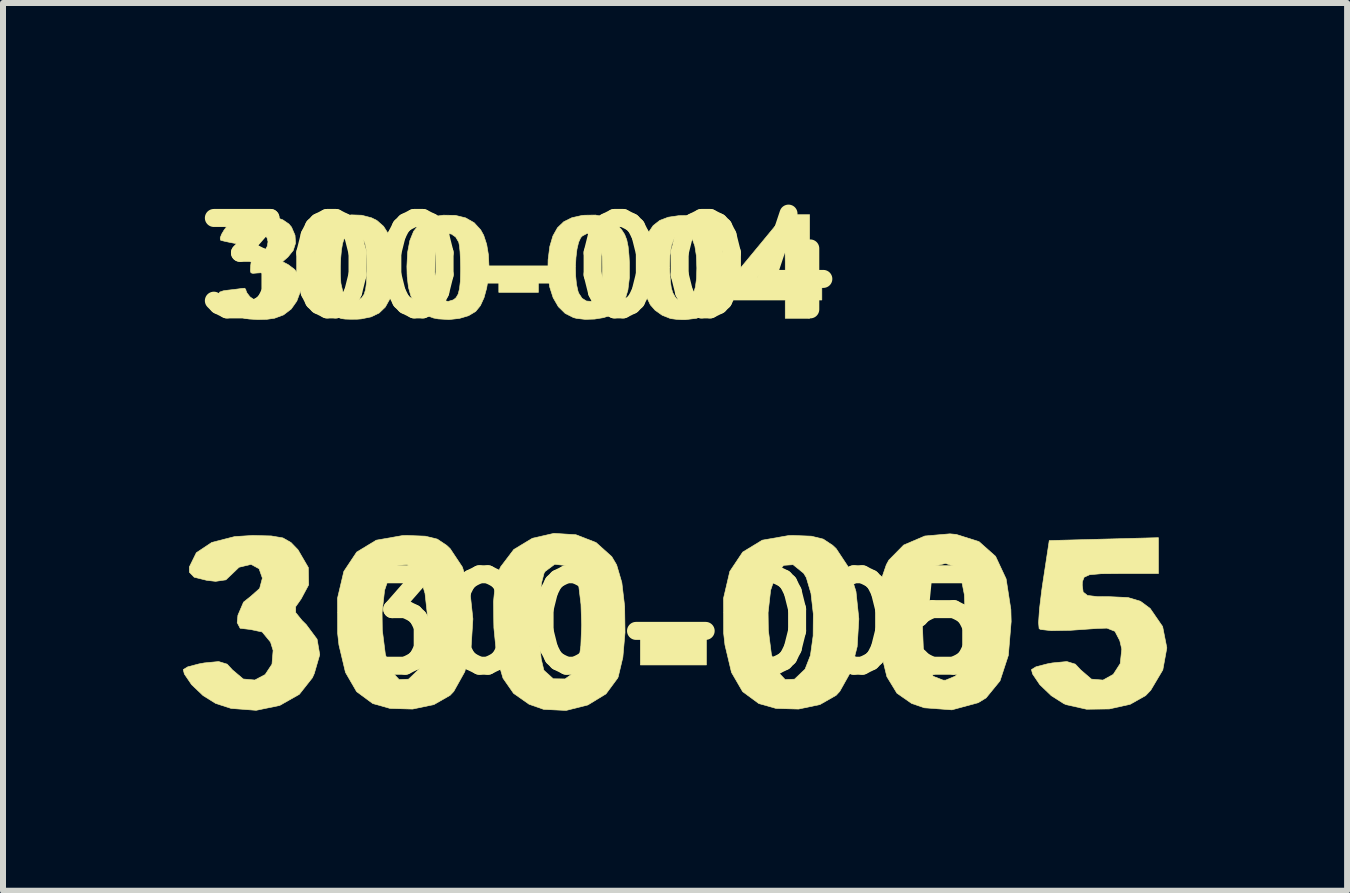
<source format=kicad_pcb>
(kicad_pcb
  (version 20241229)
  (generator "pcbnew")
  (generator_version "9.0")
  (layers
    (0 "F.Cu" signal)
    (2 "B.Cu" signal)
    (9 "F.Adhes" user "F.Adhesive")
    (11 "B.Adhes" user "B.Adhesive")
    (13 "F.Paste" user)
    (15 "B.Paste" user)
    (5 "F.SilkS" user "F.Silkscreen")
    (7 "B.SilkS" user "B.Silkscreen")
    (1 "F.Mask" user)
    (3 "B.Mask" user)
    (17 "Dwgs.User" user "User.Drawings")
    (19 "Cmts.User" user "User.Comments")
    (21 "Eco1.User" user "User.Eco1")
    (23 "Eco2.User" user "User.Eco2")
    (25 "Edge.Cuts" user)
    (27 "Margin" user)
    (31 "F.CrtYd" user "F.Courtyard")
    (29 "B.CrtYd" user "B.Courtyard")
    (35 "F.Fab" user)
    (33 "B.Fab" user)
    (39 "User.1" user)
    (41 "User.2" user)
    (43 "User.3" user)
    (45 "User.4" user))
  (footprint "300-004"
    (layer "F.Cu")
    (at 5.595 1.418)
    (property "Reference" "300-004" (at 0 0 0) (layer "F.SilkS") (effects (font (size 1.524 1.524) (thickness 0.3))))
    (attr through_hole)
    (fp_poly (pts (xy 0.33 0.406) (xy -0.33 0.406) (xy -0.33 0.025) (xy 0.33 0.025) (xy 0.33 0.406)) (stroke (width 0.01) (type solid)) (fill yes) (layer "F.SilkS"))
    (fp_poly (pts (xy 4.851 0.152) (xy 5.055 0.152) (xy 5.055 0.533) (xy 4.851 0.533) (xy 4.851 0.838) (xy 4.445 0.838) (xy 4.445 0.533) (xy 3.581 0.533) (xy 3.582 0.337) (xy 3.583 0.152) (xy 3.986 0.152) (xy 4.445 0.152) (xy 4.445 -0.104) (xy 4.443 -0.21) (xy 4.438 -0.293) (xy 4.43 -0.342) (xy 4.423 -0.351) (xy 4.399 -0.33) (xy 4.35 -0.276) (xy 4.282 -0.2) (xy 4.203 -0.107) (xy 4.193 -0.095) (xy 3.986 0.152) (xy 3.583 0.152) (xy 3.583 0.14) (xy 4.008 -0.374) (xy 4.432 -0.888) (xy 4.851 -0.889) (xy 4.851 0.152)) (stroke (width 0.01) (type solid)) (fill yes) (layer "F.SilkS"))
    (fp_poly (pts (xy 1.435 -0.853) (xy 1.565 -0.787) (xy 1.65 -0.714) (xy 1.718 -0.637) (xy 1.768 -0.56) (xy 1.803 -0.47) (xy 1.826 -0.357) (xy 1.84 -0.212) (xy 1.847 -0.088) (xy 1.847 0.161) (xy 1.822 0.367) (xy 1.772 0.533) (xy 1.696 0.662) (xy 1.593 0.756) (xy 1.538 0.787) (xy 1.416 0.827) (xy 1.267 0.851) (xy 1.111 0.856) (xy 0.969 0.84) (xy 0.914 0.826) (xy 0.776 0.756) (xy 0.662 0.644) (xy 0.576 0.495) (xy 0.517 0.312) (xy 0.489 0.099) (xy 0.49 -0.022) (xy 0.948 -0.022) (xy 0.951 0.131) (xy 0.965 0.272) (xy 0.99 0.387) (xy 1.003 0.421) (xy 1.057 0.504) (xy 1.13 0.55) (xy 1.21 0.556) (xy 1.286 0.517) (xy 1.294 0.51) (xy 1.337 0.448) (xy 1.368 0.359) (xy 1.387 0.237) (xy 1.396 0.075) (xy 1.397 -0.013) (xy 1.392 -0.194) (xy 1.378 -0.333) (xy 1.353 -0.435) (xy 1.316 -0.509) (xy 1.292 -0.537) (xy 1.221 -0.576) (xy 1.139 -0.575) (xy 1.063 -0.535) (xy 1.036 -0.507) (xy 1 -0.429) (xy 0.973 -0.314) (xy 0.956 -0.174) (xy 0.948 -0.022) (xy 0.49 -0.022) (xy 0.492 -0.139) (xy 0.52 -0.359) (xy 0.572 -0.535) (xy 0.648 -0.671) (xy 0.752 -0.771) (xy 0.887 -0.838) (xy 1.055 -0.876) (xy 1.098 -0.88) (xy 1.282 -0.883) (xy 1.435 -0.853)) (stroke (width 0.01) (type solid)) (fill yes) (layer "F.SilkS"))
    (fp_poly (pts (xy 2.892 -0.871) (xy 2.981 -0.859) (xy 3.053 -0.836) (xy 3.091 -0.818) (xy 3.208 -0.737) (xy 3.297 -0.629) (xy 3.361 -0.487) (xy 3.402 -0.308) (xy 3.422 -0.109) (xy 3.422 0.148) (xy 3.393 0.364) (xy 3.333 0.541) (xy 3.242 0.678) (xy 3.119 0.777) (xy 2.965 0.838) (xy 2.778 0.861) (xy 2.723 0.861) (xy 2.63 0.855) (xy 2.545 0.844) (xy 2.524 0.839) (xy 2.395 0.788) (xy 2.276 0.704) (xy 2.196 0.613) (xy 2.134 0.483) (xy 2.09 0.318) (xy 2.065 0.131) (xy 2.06 -0.006) (xy 2.518 -0.006) (xy 2.521 0.078) (xy 2.531 0.225) (xy 2.546 0.333) (xy 2.571 0.414) (xy 2.608 0.479) (xy 2.636 0.514) (xy 2.699 0.552) (xy 2.777 0.552) (xy 2.849 0.515) (xy 2.863 0.502) (xy 2.913 0.425) (xy 2.947 0.318) (xy 2.966 0.174) (xy 2.971 0) (xy 2.963 -0.207) (xy 2.938 -0.367) (xy 2.896 -0.482) (xy 2.837 -0.554) (xy 2.76 -0.583) (xy 2.74 -0.584) (xy 2.657 -0.561) (xy 2.593 -0.491) (xy 2.548 -0.374) (xy 2.523 -0.213) (xy 2.518 -0.006) (xy 2.06 -0.006) (xy 2.058 -0.065) (xy 2.072 -0.258) (xy 2.105 -0.435) (xy 2.159 -0.583) (xy 2.161 -0.587) (xy 2.243 -0.707) (xy 2.352 -0.793) (xy 2.494 -0.847) (xy 2.672 -0.873) (xy 2.769 -0.875) (xy 2.892 -0.871)) (stroke (width 0.01) (type solid)) (fill yes) (layer "F.SilkS"))
    (fp_poly (pts (xy -1.055 -0.878) (xy -0.883 -0.836) (xy -0.741 -0.755) (xy -0.632 -0.636) (xy -0.582 -0.546) (xy -0.532 -0.394) (xy -0.503 -0.22) (xy -0.494 -0.034) (xy -0.504 0.153) (xy -0.532 0.333) (xy -0.576 0.494) (xy -0.637 0.627) (xy -0.713 0.721) (xy -0.716 0.724) (xy -0.835 0.795) (xy -0.987 0.84) (xy -1.16 0.859) (xy -1.341 0.848) (xy -1.419 0.833) (xy -1.514 0.798) (xy -1.609 0.728) (xy -1.649 0.69) (xy -1.735 0.586) (xy -1.796 0.466) (xy -1.836 0.322) (xy -1.857 0.144) (xy -1.859 0.089) (xy -1.395 0.089) (xy -1.39 0.227) (xy -1.38 0.326) (xy -1.373 0.362) (xy -1.323 0.471) (xy -1.256 0.537) (xy -1.175 0.557) (xy -1.088 0.531) (xy -1.042 0.494) (xy -1.007 0.434) (xy -0.985 0.345) (xy -0.971 0.221) (xy -0.967 0.055) (xy -0.967 -0.006) (xy -0.97 -0.146) (xy -0.976 -0.272) (xy -0.986 -0.371) (xy -0.998 -0.431) (xy -1.049 -0.517) (xy -1.121 -0.567) (xy -1.203 -0.578) (xy -1.282 -0.549) (xy -1.34 -0.49) (xy -1.359 -0.45) (xy -1.373 -0.394) (xy -1.383 -0.312) (xy -1.39 -0.195) (xy -1.393 -0.079) (xy -1.395 0.089) (xy -1.859 0.089) (xy -1.862 -0.026) (xy -1.85 -0.263) (xy -1.813 -0.457) (xy -1.75 -0.612) (xy -1.658 -0.729) (xy -1.536 -0.812) (xy -1.381 -0.863) (xy -1.254 -0.881) (xy -1.055 -0.878)) (stroke (width 0.01) (type solid)) (fill yes) (layer "F.SilkS"))
    (fp_poly (pts (xy -2.616 -0.88) (xy -2.454 -0.838) (xy -2.364 -0.794) (xy -2.251 -0.695) (xy -2.163 -0.556) (xy -2.101 -0.381) (xy -2.067 -0.176) (xy -2.063 0.056) (xy -2.067 0.116) (xy -2.096 0.337) (xy -2.146 0.514) (xy -2.222 0.651) (xy -2.325 0.75) (xy -2.458 0.814) (xy -2.624 0.848) (xy -2.69 0.853) (xy -2.796 0.854) (xy -2.891 0.851) (xy -2.957 0.842) (xy -2.959 0.841) (xy -3.11 0.783) (xy -3.227 0.694) (xy -3.321 0.567) (xy -3.358 0.495) (xy -3.381 0.439) (xy -3.397 0.384) (xy -3.408 0.319) (xy -3.413 0.233) (xy -3.416 0.114) (xy -3.416 0) (xy -3.416 -0.027) (xy -2.971 -0.027) (xy -2.971 0.116) (xy -2.963 0.245) (xy -2.96 0.267) (xy -2.93 0.394) (xy -2.878 0.487) (xy -2.809 0.542) (xy -2.729 0.554) (xy -2.666 0.533) (xy -2.614 0.495) (xy -2.576 0.439) (xy -2.551 0.358) (xy -2.536 0.246) (xy -2.53 0.093) (xy -2.529 0) (xy -2.531 -0.157) (xy -2.537 -0.273) (xy -2.548 -0.358) (xy -2.564 -0.42) (xy -2.572 -0.438) (xy -2.63 -0.525) (xy -2.704 -0.572) (xy -2.785 -0.578) (xy -2.859 -0.543) (xy -2.913 -0.476) (xy -2.935 -0.407) (xy -2.953 -0.301) (xy -2.965 -0.17) (xy -2.971 -0.027) (xy -3.416 -0.027) (xy -3.414 -0.188) (xy -3.405 -0.334) (xy -3.388 -0.448) (xy -3.359 -0.538) (xy -3.318 -0.613) (xy -3.261 -0.682) (xy -3.242 -0.702) (xy -3.114 -0.796) (xy -2.959 -0.858) (xy -2.788 -0.886) (xy -2.616 -0.88)) (stroke (width 0.01) (type solid)) (fill yes) (layer "F.SilkS"))
    (fp_poly (pts (xy -4.212 -0.879) (xy -4.061 -0.851) (xy -3.93 -0.803) (xy -3.829 -0.734) (xy -3.785 -0.681) (xy -3.727 -0.546) (xy -3.718 -0.415) (xy -3.757 -0.293) (xy -3.844 -0.185) (xy -3.848 -0.181) (xy -3.935 -0.105) (xy -3.841 -0.057) (xy -3.731 0.026) (xy -3.66 0.135) (xy -3.631 0.265) (xy -3.645 0.41) (xy -3.697 0.551) (xy -3.79 0.683) (xy -3.918 0.781) (xy -4.069 0.837) (xy -4.196 0.855) (xy -4.346 0.859) (xy -4.493 0.85) (xy -4.582 0.835) (xy -4.739 0.774) (xy -4.867 0.671) (xy -4.931 0.588) (xy -4.984 0.497) (xy -5.003 0.437) (xy -4.983 0.401) (xy -4.923 0.38) (xy -4.845 0.369) (xy -4.748 0.358) (xy -4.661 0.347) (xy -4.616 0.34) (xy -4.565 0.337) (xy -4.547 0.36) (xy -4.547 0.368) (xy -4.53 0.412) (xy -4.487 0.469) (xy -4.472 0.485) (xy -4.383 0.545) (xy -4.29 0.556) (xy -4.197 0.516) (xy -4.173 0.497) (xy -4.127 0.448) (xy -4.106 0.39) (xy -4.102 0.318) (xy -4.108 0.236) (xy -4.132 0.181) (xy -4.177 0.135) (xy -4.237 0.093) (xy -4.299 0.079) (xy -4.361 0.083) (xy -4.429 0.089) (xy -4.461 0.08) (xy -4.47 0.05) (xy -4.47 0.029) (xy -4.466 -0.043) (xy -4.455 -0.127) (xy -4.454 -0.133) (xy -4.439 -0.197) (xy -4.412 -0.223) (xy -4.37 -0.229) (xy -4.289 -0.248) (xy -4.227 -0.297) (xy -4.189 -0.364) (xy -4.177 -0.438) (xy -4.194 -0.506) (xy -4.243 -0.558) (xy -4.284 -0.575) (xy -4.381 -0.575) (xy -4.468 -0.532) (xy -4.534 -0.453) (xy -4.561 -0.388) (xy -4.585 -0.388) (xy -4.644 -0.396) (xy -4.724 -0.41) (xy -4.811 -0.427) (xy -4.891 -0.444) (xy -4.949 -0.458) (xy -4.97 -0.466) (xy -4.974 -0.502) (xy -4.951 -0.563) (xy -4.909 -0.634) (xy -4.856 -0.704) (xy -4.8 -0.759) (xy -4.793 -0.764) (xy -4.672 -0.829) (xy -4.528 -0.869) (xy -4.371 -0.885) (xy -4.212 -0.879)) (stroke (width 0.01) (type solid)) (fill yes) (layer "F.SilkS")))
  (footprint "300-005"
    (layer "F.Cu")
    (at 8.133 7.358)
    (property "Reference" "300-005" (at 0 0 0) (layer "F.SilkS") (effects (font (size 1.524 1.524) (thickness 0.3))))
    (attr through_hole)
    (fp_poly (pts (xy 0.593 0.677) (xy -0.508 0.677) (xy -0.508 0.085) (xy 0.593 0.085) (xy 0.593 0.677)) (stroke (width 0.01) (type solid)) (fill yes) (layer "F.SilkS"))
    (fp_poly (pts (xy -4.093 -1.47) (xy -3.893 -1.421) (xy -3.737 -1.317) (xy -3.679 -1.262) (xy -3.475 -0.955) (xy -3.349 -0.548) (xy -3.3 -0.091) (xy -3.329 0.371) (xy -3.435 0.789) (xy -3.618 1.117) (xy -3.68 1.183) (xy -3.949 1.337) (xy -4.305 1.412) (xy -4.682 1.401) (xy -4.969 1.32) (xy -5.238 1.122) (xy -5.424 0.801) (xy -5.533 0.343) (xy -5.555 0.146) (xy -5.556 -0.194) (xy -4.814 -0.194) (xy -4.81 0.095) (xy -4.759 0.5) (xy -4.662 0.779) (xy -4.53 0.92) (xy -4.373 0.914) (xy -4.201 0.75) (xy -4.196 0.743) (xy -4.108 0.517) (xy -4.063 0.192) (xy -4.06 -0.173) (xy -4.098 -0.517) (xy -4.177 -0.78) (xy -4.22 -0.851) (xy -4.396 -0.995) (xy -4.554 -0.984) (xy -4.682 -0.837) (xy -4.772 -0.568) (xy -4.814 -0.194) (xy -5.556 -0.194) (xy -5.557 -0.434) (xy -5.451 -0.883) (xy -5.237 -1.205) (xy -4.911 -1.403) (xy -4.473 -1.48) (xy -4.398 -1.482) (xy -4.093 -1.47)) (stroke (width 0.01) (type solid)) (fill yes) (layer "F.SilkS"))
    (fp_poly (pts (xy 2.342 -1.47) (xy 2.541 -1.421) (xy 2.698 -1.317) (xy 2.756 -1.262) (xy 2.959 -0.955) (xy 3.086 -0.548) (xy 3.134 -0.091) (xy 3.106 0.371) (xy 3 0.789) (xy 2.816 1.117) (xy 2.755 1.183) (xy 2.485 1.337) (xy 2.129 1.412) (xy 1.752 1.401) (xy 1.466 1.32) (xy 1.197 1.122) (xy 1.011 0.801) (xy 0.902 0.343) (xy 0.88 0.146) (xy 0.879 -0.194) (xy 1.621 -0.194) (xy 1.625 0.095) (xy 1.676 0.5) (xy 1.773 0.779) (xy 1.905 0.92) (xy 2.062 0.914) (xy 2.234 0.75) (xy 2.239 0.743) (xy 2.327 0.517) (xy 2.372 0.192) (xy 2.375 -0.173) (xy 2.336 -0.517) (xy 2.258 -0.78) (xy 2.215 -0.851) (xy 2.038 -0.995) (xy 1.881 -0.984) (xy 1.753 -0.837) (xy 1.663 -0.568) (xy 1.621 -0.194) (xy 0.879 -0.194) (xy 0.878 -0.434) (xy 0.983 -0.883) (xy 1.198 -1.205) (xy 1.523 -1.403) (xy 1.962 -1.48) (xy 2.036 -1.482) (xy 2.342 -1.47)) (stroke (width 0.01) (type solid)) (fill yes) (layer "F.SilkS"))
    (fp_poly (pts (xy 4.758 -1.499) (xy 5.137 -1.379) (xy 5.413 -1.134) (xy 5.589 -0.758) (xy 5.668 -0.247) (xy 5.673 -0.047) (xy 5.626 0.517) (xy 5.487 0.942) (xy 5.255 1.226) (xy 5.124 1.306) (xy 4.685 1.425) (xy 4.227 1.391) (xy 4.015 1.319) (xy 3.769 1.148) (xy 3.601 0.872) (xy 3.504 0.474) (xy 3.473 -0.042) (xy 4.191 -0.042) (xy 4.209 0.4) (xy 4.267 0.696) (xy 4.374 0.866) (xy 4.538 0.93) (xy 4.579 0.931) (xy 4.742 0.863) (xy 4.823 0.768) (xy 4.866 0.606) (xy 4.897 0.331) (xy 4.91 -0.002) (xy 4.911 -0.042) (xy 4.893 -0.494) (xy 4.834 -0.796) (xy 4.731 -0.965) (xy 4.579 -1.016) (xy 4.403 -0.972) (xy 4.285 -0.825) (xy 4.217 -0.556) (xy 4.192 -0.146) (xy 4.191 -0.042) (xy 3.473 -0.042) (xy 3.472 -0.065) (xy 3.472 -0.097) (xy 3.483 -0.501) (xy 3.52 -0.784) (xy 3.592 -0.994) (xy 3.634 -1.071) (xy 3.881 -1.322) (xy 4.234 -1.473) (xy 4.652 -1.509) (xy 4.758 -1.499)) (stroke (width 0.01) (type solid)) (fill yes) (layer "F.SilkS"))
    (fp_poly (pts (xy -1.582 -1.494) (xy -1.247 -1.364) (xy -0.985 -1.129) (xy -0.904 -0.992) (xy -0.817 -0.696) (xy -0.77 -0.298) (xy -0.764 0.138) (xy -0.8 0.549) (xy -0.877 0.873) (xy -0.886 0.895) (xy -1.081 1.159) (xy -1.384 1.344) (xy -1.746 1.435) (xy -2.12 1.417) (xy -2.363 1.332) (xy -2.622 1.15) (xy -2.798 0.897) (xy -2.902 0.543) (xy -2.95 0.056) (xy -2.95 0.045) (xy -2.952 -0.042) (xy -2.201 -0.042) (xy -2.19 0.293) (xy -2.161 0.578) (xy -2.119 0.756) (xy -2.114 0.768) (xy -1.961 0.907) (xy -1.764 0.91) (xy -1.599 0.793) (xy -1.537 0.629) (xy -1.5 0.351) (xy -1.487 0.012) (xy -1.498 -0.333) (xy -1.534 -0.631) (xy -1.594 -0.826) (xy -1.751 -0.981) (xy -1.936 -1.001) (xy -2.095 -0.883) (xy -2.114 -0.852) (xy -2.156 -0.69) (xy -2.188 -0.415) (xy -2.201 -0.083) (xy -2.201 -0.042) (xy -2.952 -0.042) (xy -2.956 -0.377) (xy -2.927 -0.682) (xy -2.857 -0.916) (xy -2.838 -0.958) (xy -2.618 -1.248) (xy -2.308 -1.435) (xy -1.949 -1.517) (xy -1.582 -1.494)) (stroke (width 0.01) (type solid)) (fill yes) (layer "F.SilkS"))
    (fp_poly (pts (xy 8.128 -0.847) (xy 7.493 -0.847) (xy 7.17 -0.844) (xy 6.98 -0.827) (xy 6.889 -0.786) (xy 6.86 -0.71) (xy 6.858 -0.652) (xy 6.873 -0.539) (xy 6.944 -0.482) (xy 7.113 -0.462) (xy 7.317 -0.461) (xy 7.622 -0.447) (xy 7.828 -0.385) (xy 7.99 -0.265) (xy 8.198 0.037) (xy 8.268 0.392) (xy 8.201 0.759) (xy 8 1.098) (xy 7.915 1.187) (xy 7.658 1.332) (xy 7.309 1.41) (xy 6.931 1.415) (xy 6.591 1.339) (xy 6.551 1.322) (xy 6.342 1.189) (xy 6.151 1.006) (xy 6.03 0.827) (xy 6.011 0.754) (xy 6.086 0.708) (xy 6.274 0.659) (xy 6.361 0.643) (xy 6.601 0.62) (xy 6.742 0.663) (xy 6.832 0.759) (xy 7.011 0.913) (xy 7.204 0.929) (xy 7.375 0.834) (xy 7.491 0.654) (xy 7.517 0.412) (xy 7.484 0.272) (xy 7.403 0.116) (xy 7.27 0.063) (xy 7.109 0.068) (xy 6.663 0.099) (xy 6.342 0.105) (xy 6.164 0.085) (xy 6.139 0.072) (xy 6.13 -0.028) (xy 6.145 -0.253) (xy 6.182 -0.562) (xy 6.2 -0.686) (xy 6.308 -1.397) (xy 7.218 -1.421) (xy 8.128 -1.445) (xy 8.128 -0.847)) (stroke (width 0.01) (type solid)) (fill yes) (layer "F.SilkS"))
    (fp_poly (pts (xy -6.662 -1.474) (xy -6.467 -1.441) (xy -6.332 -1.364) (xy -6.216 -1.244) (xy -6.043 -0.947) (xy -6.038 -0.658) (xy -6.164 -0.423) (xy -6.255 -0.294) (xy -6.254 -0.196) (xy -6.148 -0.065) (xy -6.079 0.003) (xy -5.897 0.248) (xy -5.853 0.506) (xy -5.944 0.82) (xy -5.976 0.891) (xy -6.194 1.167) (xy -6.521 1.352) (xy -6.913 1.433) (xy -7.331 1.401) (xy -7.588 1.318) (xy -7.798 1.187) (xy -7.989 1.005) (xy -8.11 0.827) (xy -8.128 0.754) (xy -8.053 0.708) (xy -7.865 0.659) (xy -7.778 0.643) (xy -7.538 0.62) (xy -7.397 0.663) (xy -7.308 0.759) (xy -7.128 0.911) (xy -6.935 0.928) (xy -6.763 0.837) (xy -6.649 0.664) (xy -6.63 0.435) (xy -6.673 0.296) (xy -6.812 0.127) (xy -7.011 0.085) (xy -7.18 0.065) (xy -7.229 -0.029) (xy -7.217 -0.152) (xy -7.123 -0.371) (xy -6.999 -0.47) (xy -6.855 -0.598) (xy -6.809 -0.771) (xy -6.864 -0.927) (xy -6.998 -1) (xy -7.198 -0.952) (xy -7.3 -0.854) (xy -7.418 -0.742) (xy -7.589 -0.717) (xy -7.736 -0.734) (xy -7.946 -0.786) (xy -8.026 -0.869) (xy -8.027 -0.956) (xy -7.91 -1.194) (xy -7.652 -1.366) (xy -7.272 -1.463) (xy -6.971 -1.482) (xy -6.662 -1.474)) (stroke (width 0.01) (type solid)) (fill yes) (layer "F.SilkS")))
  (gr_rect
    (start -3 -3)
    (end 19.406 11.798)
    (stroke (width 0.1) (type default))
    (fill no)
    (layer "Edge.Cuts")))
</source>
